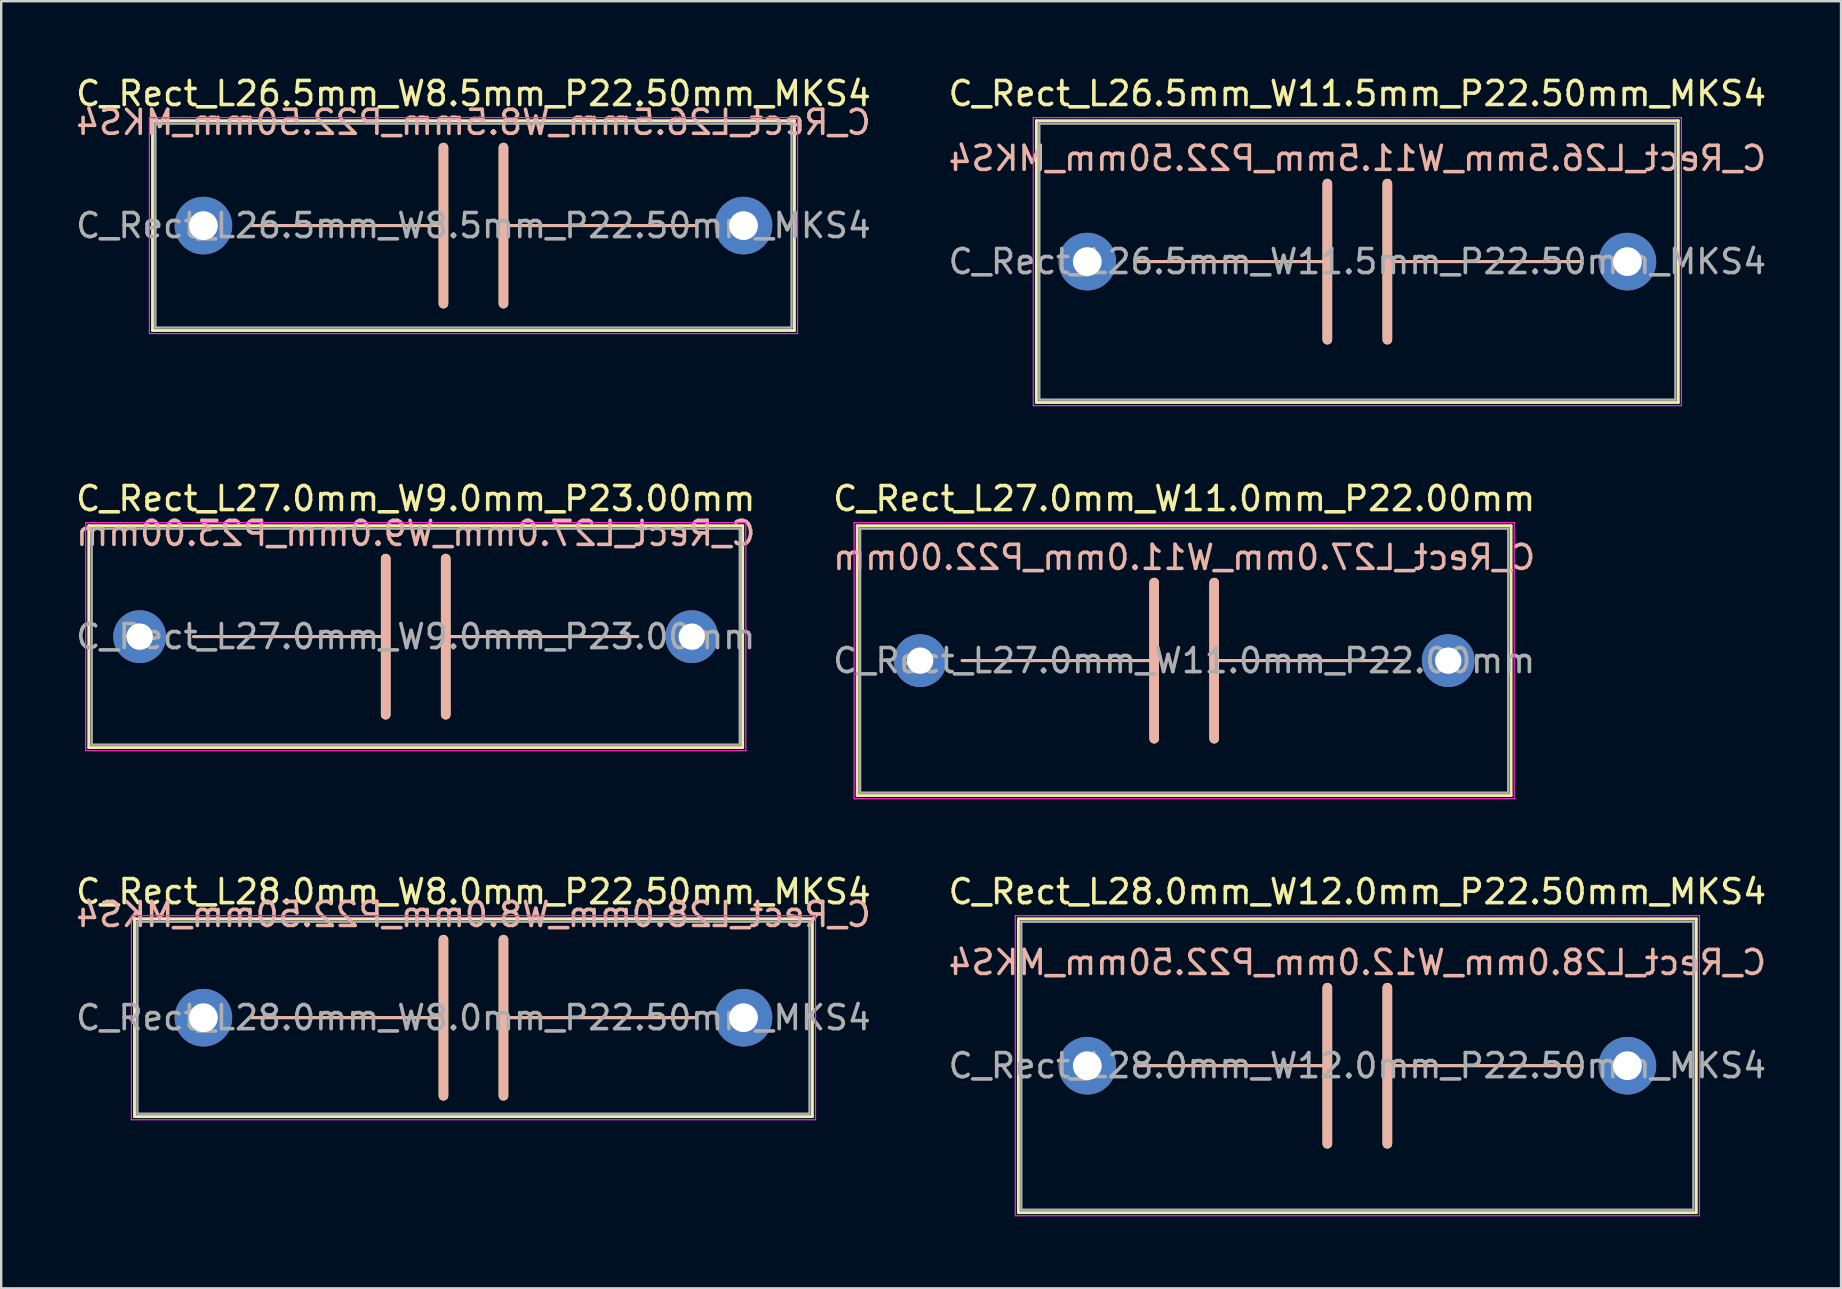
<source format=kicad_pcb>
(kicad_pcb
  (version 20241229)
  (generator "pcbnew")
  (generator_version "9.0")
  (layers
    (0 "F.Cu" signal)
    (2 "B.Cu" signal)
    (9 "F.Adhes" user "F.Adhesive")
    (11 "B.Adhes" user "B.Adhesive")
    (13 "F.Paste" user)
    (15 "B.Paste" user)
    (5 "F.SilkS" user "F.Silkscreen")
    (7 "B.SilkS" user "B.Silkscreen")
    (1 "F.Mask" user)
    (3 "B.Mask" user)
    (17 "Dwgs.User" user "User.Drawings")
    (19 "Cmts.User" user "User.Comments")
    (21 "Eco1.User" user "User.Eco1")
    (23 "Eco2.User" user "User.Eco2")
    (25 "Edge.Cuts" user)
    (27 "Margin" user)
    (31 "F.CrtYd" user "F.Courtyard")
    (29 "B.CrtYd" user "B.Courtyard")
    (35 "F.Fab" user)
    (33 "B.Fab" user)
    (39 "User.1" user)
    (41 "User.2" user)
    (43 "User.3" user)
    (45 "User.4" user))
  (footprint "C_Rect_L28.0mm_W8.0mm_P22.50mm_MKS4"
    (layer "F.Cu")
    (at 5.423 39.345)
    (property "Reference" "C_Rect_L28.0mm_W8.0mm_P22.50mm_MKS4" (at 11.25 -5.25 0) (layer "F.SilkS") (effects (font (size 1 1) (thickness 0.15))))
    (fp_line (start -2.87 -4.12) (end -2.87 4.12) (stroke (width 0.12) (type solid)) (layer "F.SilkS"))
    (fp_line (start -2.87 -4.12) (end 25.37 -4.12) (stroke (width 0.12) (type solid)) (layer "F.SilkS"))
    (fp_line (start -2.87 4.12) (end 25.37 4.12) (stroke (width 0.12) (type solid)) (layer "F.SilkS"))
    (fp_line (start 2 0) (end 10 0) (stroke (width 0.12) (type solid)) (layer "F.SilkS"))
    (fp_line (start 10 -3.25) (end 10 3.25) (stroke (width 0.4) (type solid)) (layer "F.SilkS"))
    (fp_line (start 12.5 -3.25) (end 12.5 3.25) (stroke (width 0.4) (type solid)) (layer "F.SilkS"))
    (fp_line (start 12.5 0) (end 20.5 0) (stroke (width 0.12) (type solid)) (layer "F.SilkS"))
    (fp_line (start 25.37 -4.12) (end 25.37 4.12) (stroke (width 0.12) (type solid)) (layer "F.SilkS"))
    (fp_line (start 2 0) (end 10 0) (stroke (width 0.12) (type solid)) (layer "B.SilkS"))
    (fp_line (start 10 3.25) (end 10 -3.25) (stroke (width 0.4) (type solid)) (layer "B.SilkS"))
    (fp_line (start 12.5 0) (end 20.5 0) (stroke (width 0.12) (type solid)) (layer "B.SilkS"))
    (fp_line (start 12.5 3.25) (end 12.5 -3.25) (stroke (width 0.4) (type solid)) (layer "B.SilkS"))
    (fp_line (start -3 -4.25) (end -3 4.25) (stroke (width 0.05) (type solid)) (layer "F.CrtYd"))
    (fp_line (start -3 4.25) (end 25.5 4.25) (stroke (width 0.05) (type solid)) (layer "F.CrtYd"))
    (fp_line (start 25.5 -4.25) (end -3 -4.25) (stroke (width 0.05) (type solid)) (layer "F.CrtYd"))
    (fp_line (start 25.5 4.25) (end 25.5 -4.25) (stroke (width 0.05) (type solid)) (layer "F.CrtYd"))
    (fp_line (start -2.75 -4) (end -2.75 4) (stroke (width 0.1) (type solid)) (layer "F.Fab"))
    (fp_line (start -2.75 4) (end 25.25 4) (stroke (width 0.1) (type solid)) (layer "F.Fab"))
    (fp_line (start 25.25 -4) (end -2.75 -4) (stroke (width 0.1) (type solid)) (layer "F.Fab"))
    (fp_line (start 25.25 4) (end 25.25 -4) (stroke (width 0.1) (type solid)) (layer "F.Fab"))
    (fp_text user "${REFERENCE}" (at 11.25 -4.3 0) (layer "B.SilkS") (effects (font (size 1 1) (thickness 0.15)) (justify mirror)))
    (fp_text user "${REFERENCE}" (at 11.25 0 0) (layer "F.Fab") (effects (font (size 1 1) (thickness 0.15))))
    (pad "1" thru_hole circle (at 0 0) (size 2.4 2.4) (drill 1.2) (layers "*.Cu" "*.Mask"))
    (pad "2" thru_hole circle (at 22.5 0) (size 2.4 2.4) (drill 1.2) (layers "*.Cu" "*.Mask")))
  (footprint "C_Rect_L27.0mm_W9.0mm_P23.00mm"
    (layer "F.Cu")
    (at 2.768 23.471)
    (property "Reference" "C_Rect_L27.0mm_W9.0mm_P23.00mm" (at 11.5 -5.75 0) (layer "F.SilkS") (effects (font (size 1 1) (thickness 0.15))))
    (fp_line (start -2.12 -4.62) (end -2.12 4.62) (stroke (width 0.12) (type solid)) (layer "F.SilkS"))
    (fp_line (start -2.12 -4.62) (end 25.12 -4.62) (stroke (width 0.12) (type solid)) (layer "F.SilkS"))
    (fp_line (start -2.12 4.62) (end 25.12 4.62) (stroke (width 0.12) (type solid)) (layer "F.SilkS"))
    (fp_line (start 2.25 0) (end 10.25 0) (stroke (width 0.12) (type solid)) (layer "F.SilkS"))
    (fp_line (start 10.25 -3.25) (end 10.25 3.25) (stroke (width 0.4) (type solid)) (layer "F.SilkS"))
    (fp_line (start 12.75 -3.25) (end 12.75 3.25) (stroke (width 0.4) (type solid)) (layer "F.SilkS"))
    (fp_line (start 12.75 0) (end 20.75 0) (stroke (width 0.12) (type solid)) (layer "F.SilkS"))
    (fp_line (start 25.12 -4.62) (end 25.12 4.62) (stroke (width 0.12) (type solid)) (layer "F.SilkS"))
    (fp_line (start 2.25 0) (end 10.25 0) (stroke (width 0.12) (type solid)) (layer "B.SilkS"))
    (fp_line (start 10.25 3.25) (end 10.25 -3.25) (stroke (width 0.4) (type solid)) (layer "B.SilkS"))
    (fp_line (start 12.75 0) (end 20.75 0) (stroke (width 0.12) (type solid)) (layer "B.SilkS"))
    (fp_line (start 12.75 3.25) (end 12.75 -3.25) (stroke (width 0.4) (type solid)) (layer "B.SilkS"))
    (fp_line (start -2.25 -4.75) (end -2.25 4.75) (stroke (width 0.05) (type solid)) (layer "F.CrtYd"))
    (fp_line (start -2.25 4.75) (end 25.25 4.75) (stroke (width 0.05) (type solid)) (layer "F.CrtYd"))
    (fp_line (start 25.25 -4.75) (end -2.25 -4.75) (stroke (width 0.05) (type solid)) (layer "F.CrtYd"))
    (fp_line (start 25.25 4.75) (end 25.25 -4.75) (stroke (width 0.05) (type solid)) (layer "F.CrtYd"))
    (fp_line (start -2 -4.5) (end -2 4.5) (stroke (width 0.1) (type solid)) (layer "F.Fab"))
    (fp_line (start -2 4.5) (end 25 4.5) (stroke (width 0.1) (type solid)) (layer "F.Fab"))
    (fp_line (start 25 -4.5) (end -2 -4.5) (stroke (width 0.1) (type solid)) (layer "F.Fab"))
    (fp_line (start 25 4.5) (end 25 -4.5) (stroke (width 0.1) (type solid)) (layer "F.Fab"))
    (fp_text user "${REFERENCE}" (at 11.5 -4.3 0) (layer "B.SilkS") (effects (font (size 1 1) (thickness 0.15)) (justify mirror)))
    (fp_text user "${REFERENCE}" (at 11.5 0 0) (layer "F.Fab") (effects (font (size 1 1) (thickness 0.15))))
    (pad "1" thru_hole circle (at 0 0) (size 2.2 2.2) (drill 1.1) (layers "*.Cu" "*.Mask"))
    (pad "2" thru_hole circle (at 23 0) (size 2.2 2.2) (drill 1.1) (layers "*.Cu" "*.Mask")))
  (footprint "C_Rect_L26.5mm_W8.5mm_P22.50mm_MKS4"
    (layer "F.Cu")
    (at 5.423 6.348)
    (property "Reference" "C_Rect_L26.5mm_W8.5mm_P22.50mm_MKS4" (at 11.25 -5.5 0) (layer "F.SilkS") (effects (font (size 1 1) (thickness 0.15))))
    (fp_line (start -2.12 -4.37) (end -2.12 4.37) (stroke (width 0.12) (type solid)) (layer "F.SilkS"))
    (fp_line (start -2.12 -4.37) (end 24.62 -4.37) (stroke (width 0.12) (type solid)) (layer "F.SilkS"))
    (fp_line (start -2.12 4.37) (end 24.62 4.37) (stroke (width 0.12) (type solid)) (layer "F.SilkS"))
    (fp_line (start 2 0) (end 10 0) (stroke (width 0.12) (type solid)) (layer "F.SilkS"))
    (fp_line (start 10 -3.25) (end 10 3.25) (stroke (width 0.4) (type solid)) (layer "F.SilkS"))
    (fp_line (start 12.5 -3.25) (end 12.5 3.25) (stroke (width 0.4) (type solid)) (layer "F.SilkS"))
    (fp_line (start 12.5 0) (end 20.5 0) (stroke (width 0.12) (type solid)) (layer "F.SilkS"))
    (fp_line (start 24.62 -4.37) (end 24.62 4.37) (stroke (width 0.12) (type solid)) (layer "F.SilkS"))
    (fp_line (start 2 0) (end 10 0) (stroke (width 0.12) (type solid)) (layer "B.SilkS"))
    (fp_line (start 10 3.25) (end 10 -3.25) (stroke (width 0.4) (type solid)) (layer "B.SilkS"))
    (fp_line (start 12.5 0) (end 20.5 0) (stroke (width 0.12) (type solid)) (layer "B.SilkS"))
    (fp_line (start 12.5 3.25) (end 12.5 -3.25) (stroke (width 0.4) (type solid)) (layer "B.SilkS"))
    (fp_line (start -2.25 -4.5) (end -2.25 4.5) (stroke (width 0.05) (type solid)) (layer "F.CrtYd"))
    (fp_line (start -2.25 4.5) (end 24.75 4.5) (stroke (width 0.05) (type solid)) (layer "F.CrtYd"))
    (fp_line (start 24.75 -4.5) (end -2.25 -4.5) (stroke (width 0.05) (type solid)) (layer "F.CrtYd"))
    (fp_line (start 24.75 4.5) (end 24.75 -4.5) (stroke (width 0.05) (type solid)) (layer "F.CrtYd"))
    (fp_line (start -2 -4.25) (end -2 4.25) (stroke (width 0.1) (type solid)) (layer "F.Fab"))
    (fp_line (start -2 4.25) (end 24.5 4.25) (stroke (width 0.1) (type solid)) (layer "F.Fab"))
    (fp_line (start 24.5 -4.25) (end -2 -4.25) (stroke (width 0.1) (type solid)) (layer "F.Fab"))
    (fp_line (start 24.5 4.25) (end 24.5 -4.25) (stroke (width 0.1) (type solid)) (layer "F.Fab"))
    (fp_text user "${REFERENCE}" (at 11.25 -4.3 0) (layer "B.SilkS") (effects (font (size 1 1) (thickness 0.15)) (justify mirror)))
    (fp_text user "${REFERENCE}" (at 11.25 0 0) (layer "F.Fab") (effects (font (size 1 1) (thickness 0.15))))
    (pad "1" thru_hole circle (at 0 0) (size 2.4 2.4) (drill 1.2) (layers "*.Cu" "*.Mask"))
    (pad "2" thru_hole circle (at 22.5 0) (size 2.4 2.4) (drill 1.2) (layers "*.Cu" "*.Mask")))
  (footprint "C_Rect_L26.5mm_W11.5mm_P22.50mm_MKS4"
    (layer "F.Cu")
    (at 42.244 7.848)
    (property "Reference" "C_Rect_L26.5mm_W11.5mm_P22.50mm_MKS4" (at 11.25 -7 0) (layer "F.SilkS") (effects (font (size 1 1) (thickness 0.15))))
    (fp_line (start -2.12 -5.87) (end -2.12 5.87) (stroke (width 0.12) (type solid)) (layer "F.SilkS"))
    (fp_line (start -2.12 -5.87) (end 24.62 -5.87) (stroke (width 0.12) (type solid)) (layer "F.SilkS"))
    (fp_line (start -2.12 5.87) (end 24.62 5.87) (stroke (width 0.12) (type solid)) (layer "F.SilkS"))
    (fp_line (start 2 0) (end 10 0) (stroke (width 0.12) (type solid)) (layer "F.SilkS"))
    (fp_line (start 10 -3.25) (end 10 3.25) (stroke (width 0.4) (type solid)) (layer "F.SilkS"))
    (fp_line (start 12.5 -3.25) (end 12.5 3.25) (stroke (width 0.4) (type solid)) (layer "F.SilkS"))
    (fp_line (start 12.5 0) (end 20.5 0) (stroke (width 0.12) (type solid)) (layer "F.SilkS"))
    (fp_line (start 24.62 -5.87) (end 24.62 5.87) (stroke (width 0.12) (type solid)) (layer "F.SilkS"))
    (fp_line (start 2 0) (end 10 0) (stroke (width 0.12) (type solid)) (layer "B.SilkS"))
    (fp_line (start 10 3.25) (end 10 -3.25) (stroke (width 0.4) (type solid)) (layer "B.SilkS"))
    (fp_line (start 12.5 0) (end 20.5 0) (stroke (width 0.12) (type solid)) (layer "B.SilkS"))
    (fp_line (start 12.5 3.25) (end 12.5 -3.25) (stroke (width 0.4) (type solid)) (layer "B.SilkS"))
    (fp_line (start -2.25 -6) (end -2.25 6) (stroke (width 0.05) (type solid)) (layer "F.CrtYd"))
    (fp_line (start -2.25 6) (end 24.75 6) (stroke (width 0.05) (type solid)) (layer "F.CrtYd"))
    (fp_line (start 24.75 -6) (end -2.25 -6) (stroke (width 0.05) (type solid)) (layer "F.CrtYd"))
    (fp_line (start 24.75 6) (end 24.75 -6) (stroke (width 0.05) (type solid)) (layer "F.CrtYd"))
    (fp_line (start -2 -5.75) (end -2 5.75) (stroke (width 0.1) (type solid)) (layer "F.Fab"))
    (fp_line (start -2 5.75) (end 24.5 5.75) (stroke (width 0.1) (type solid)) (layer "F.Fab"))
    (fp_line (start 24.5 -5.75) (end -2 -5.75) (stroke (width 0.1) (type solid)) (layer "F.Fab"))
    (fp_line (start 24.5 5.75) (end 24.5 -5.75) (stroke (width 0.1) (type solid)) (layer "F.Fab"))
    (fp_text user "${REFERENCE}" (at 11.25 -4.3 0) (layer "B.SilkS") (effects (font (size 1 1) (thickness 0.15)) (justify mirror)))
    (fp_text user "${REFERENCE}" (at 11.25 0 0) (layer "F.Fab") (effects (font (size 1 1) (thickness 0.15))))
    (pad "1" thru_hole circle (at 0 0) (size 2.4 2.4) (drill 1.2) (layers "*.Cu" "*.Mask"))
    (pad "2" thru_hole circle (at 22.5 0) (size 2.4 2.4) (drill 1.2) (layers "*.Cu" "*.Mask")))
  (footprint "C_Rect_L27.0mm_W11.0mm_P22.00mm"
    (layer "F.Cu")
    (at 35.28 24.471)
    (property "Reference" "C_Rect_L27.0mm_W11.0mm_P22.00mm" (at 11 -6.75 0) (layer "F.SilkS") (effects (font (size 1 1) (thickness 0.15))))
    (fp_line (start -2.62 -5.62) (end -2.62 5.62) (stroke (width 0.12) (type solid)) (layer "F.SilkS"))
    (fp_line (start -2.62 -5.62) (end 24.62 -5.62) (stroke (width 0.12) (type solid)) (layer "F.SilkS"))
    (fp_line (start -2.62 5.62) (end 24.62 5.62) (stroke (width 0.12) (type solid)) (layer "F.SilkS"))
    (fp_line (start 1.75 0) (end 9.75 0) (stroke (width 0.12) (type solid)) (layer "F.SilkS"))
    (fp_line (start 9.75 -3.25) (end 9.75 3.25) (stroke (width 0.4) (type solid)) (layer "F.SilkS"))
    (fp_line (start 12.25 -3.25) (end 12.25 3.25) (stroke (width 0.4) (type solid)) (layer "F.SilkS"))
    (fp_line (start 12.25 0) (end 20.25 0) (stroke (width 0.12) (type solid)) (layer "F.SilkS"))
    (fp_line (start 24.62 -5.62) (end 24.62 5.62) (stroke (width 0.12) (type solid)) (layer "F.SilkS"))
    (fp_line (start 1.75 0) (end 9.75 0) (stroke (width 0.12) (type solid)) (layer "B.SilkS"))
    (fp_line (start 9.75 3.25) (end 9.75 -3.25) (stroke (width 0.4) (type solid)) (layer "B.SilkS"))
    (fp_line (start 12.25 0) (end 20.25 0) (stroke (width 0.12) (type solid)) (layer "B.SilkS"))
    (fp_line (start 12.25 3.25) (end 12.25 -3.25) (stroke (width 0.4) (type solid)) (layer "B.SilkS"))
    (fp_line (start -2.75 -5.75) (end -2.75 5.75) (stroke (width 0.05) (type solid)) (layer "F.CrtYd"))
    (fp_line (start -2.75 5.75) (end 24.75 5.75) (stroke (width 0.05) (type solid)) (layer "F.CrtYd"))
    (fp_line (start 24.75 -5.75) (end -2.75 -5.75) (stroke (width 0.05) (type solid)) (layer "F.CrtYd"))
    (fp_line (start 24.75 5.75) (end 24.75 -5.75) (stroke (width 0.05) (type solid)) (layer "F.CrtYd"))
    (fp_line (start -2.5 -5.5) (end -2.5 5.5) (stroke (width 0.1) (type solid)) (layer "F.Fab"))
    (fp_line (start -2.5 5.5) (end 24.5 5.5) (stroke (width 0.1) (type solid)) (layer "F.Fab"))
    (fp_line (start 24.5 -5.5) (end -2.5 -5.5) (stroke (width 0.1) (type solid)) (layer "F.Fab"))
    (fp_line (start 24.5 5.5) (end 24.5 -5.5) (stroke (width 0.1) (type solid)) (layer "F.Fab"))
    (fp_text user "${REFERENCE}" (at 11 -4.3 0) (layer "B.SilkS") (effects (font (size 1 1) (thickness 0.15)) (justify mirror)))
    (fp_text user "${REFERENCE}" (at 11 0 0) (layer "F.Fab") (effects (font (size 1 1) (thickness 0.15))))
    (pad "1" thru_hole circle (at 0 0) (size 2.2 2.2) (drill 1.1) (layers "*.Cu" "*.Mask"))
    (pad "2" thru_hole circle (at 22 0) (size 2.2 2.2) (drill 1.1) (layers "*.Cu" "*.Mask")))
  (footprint "C_Rect_L28.0mm_W12.0mm_P22.50mm_MKS4"
    (layer "F.Cu")
    (at 42.244 41.345)
    (property "Reference" "C_Rect_L28.0mm_W12.0mm_P22.50mm_MKS4" (at 11.25 -7.25 0) (layer "F.SilkS") (effects (font (size 1 1) (thickness 0.15))))
    (fp_line (start -2.87 -6.12) (end -2.87 6.12) (stroke (width 0.12) (type solid)) (layer "F.SilkS"))
    (fp_line (start -2.87 -6.12) (end 25.37 -6.12) (stroke (width 0.12) (type solid)) (layer "F.SilkS"))
    (fp_line (start -2.87 6.12) (end 25.37 6.12) (stroke (width 0.12) (type solid)) (layer "F.SilkS"))
    (fp_line (start 2 0) (end 10 0) (stroke (width 0.12) (type solid)) (layer "F.SilkS"))
    (fp_line (start 10 -3.25) (end 10 3.25) (stroke (width 0.4) (type solid)) (layer "F.SilkS"))
    (fp_line (start 12.5 -3.25) (end 12.5 3.25) (stroke (width 0.4) (type solid)) (layer "F.SilkS"))
    (fp_line (start 12.5 0) (end 20.5 0) (stroke (width 0.12) (type solid)) (layer "F.SilkS"))
    (fp_line (start 25.37 -6.12) (end 25.37 6.12) (stroke (width 0.12) (type solid)) (layer "F.SilkS"))
    (fp_line (start 2 0) (end 10 0) (stroke (width 0.12) (type solid)) (layer "B.SilkS"))
    (fp_line (start 10 3.25) (end 10 -3.25) (stroke (width 0.4) (type solid)) (layer "B.SilkS"))
    (fp_line (start 12.5 0) (end 20.5 0) (stroke (width 0.12) (type solid)) (layer "B.SilkS"))
    (fp_line (start 12.5 3.25) (end 12.5 -3.25) (stroke (width 0.4) (type solid)) (layer "B.SilkS"))
    (fp_line (start -3 -6.25) (end -3 6.25) (stroke (width 0.05) (type solid)) (layer "F.CrtYd"))
    (fp_line (start -3 6.25) (end 25.5 6.25) (stroke (width 0.05) (type solid)) (layer "F.CrtYd"))
    (fp_line (start 25.5 -6.25) (end -3 -6.25) (stroke (width 0.05) (type solid)) (layer "F.CrtYd"))
    (fp_line (start 25.5 6.25) (end 25.5 -6.25) (stroke (width 0.05) (type solid)) (layer "F.CrtYd"))
    (fp_line (start -2.75 -6) (end -2.75 6) (stroke (width 0.1) (type solid)) (layer "F.Fab"))
    (fp_line (start -2.75 6) (end 25.25 6) (stroke (width 0.1) (type solid)) (layer "F.Fab"))
    (fp_line (start 25.25 -6) (end -2.75 -6) (stroke (width 0.1) (type solid)) (layer "F.Fab"))
    (fp_line (start 25.25 6) (end 25.25 -6) (stroke (width 0.1) (type solid)) (layer "F.Fab"))
    (fp_text user "${REFERENCE}" (at 11.25 -4.3 0) (layer "B.SilkS") (effects (font (size 1 1) (thickness 0.15)) (justify mirror)))
    (fp_text user "${REFERENCE}" (at 11.25 0 0) (layer "F.Fab") (effects (font (size 1 1) (thickness 0.15))))
    (pad "1" thru_hole circle (at 0 0) (size 2.4 2.4) (drill 1.2) (layers "*.Cu" "*.Mask"))
    (pad "2" thru_hole circle (at 22.5 0) (size 2.4 2.4) (drill 1.2) (layers "*.Cu" "*.Mask")))
  (gr_rect
    (start -3 -3)
    (end 73.643 50.62)
    (stroke (width 0.1) (type default))
    (fill no)
    (layer "Edge.Cuts")))
</source>
